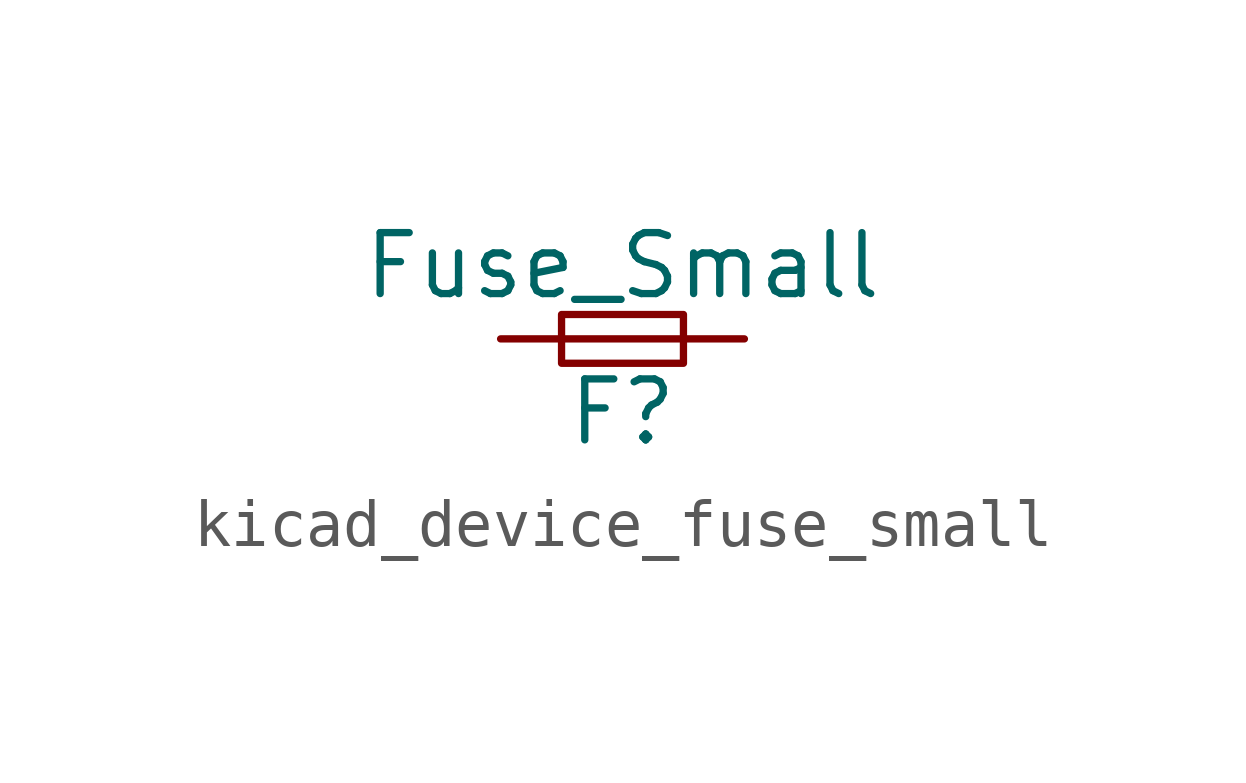
<source format=kicad_sym>
(kicad_symbol_lib
  (version 20220914)
  (generator kicad_symbol_editor)
  (symbol "kicad_device_fuse_small"
    (pin_numbers hide)
    (pin_names
      (offset 0.254) hide)
    (property "Reference" "F"
      (at 0 -1.524 0)
      (effects (font (size 1.27 1.27))))
    (property "Value" "Fuse_Small"
      (at 0 1.524 0)
      (effects (font (size 1.27 1.27))))
    (symbol "kicad_device_fuse_small_0_1"
      (rectangle (start -1.27 0.508) (end 1.27 -0.508) (stroke (width 0) (type default)) (fill (type none)))
      (polyline (pts (xy -1.27 0) (xy 1.27 0)) (stroke (width 0) (type default)) (fill (type none))))
    (symbol "kicad_device_fuse_small_1_1"
      (pin passive line (at -2.54 0 0) (length 1.27) (name "~" (effects (font (size 1.27 1.27)))) (number "1" (effects (font (size 1.27 1.27)))))
      (pin passive line (at 2.54 0 180) (length 1.27) (name "~" (effects (font (size 1.27 1.27)))) (number "2" (effects (font (size 1.27 1.27))))))))
</source>
